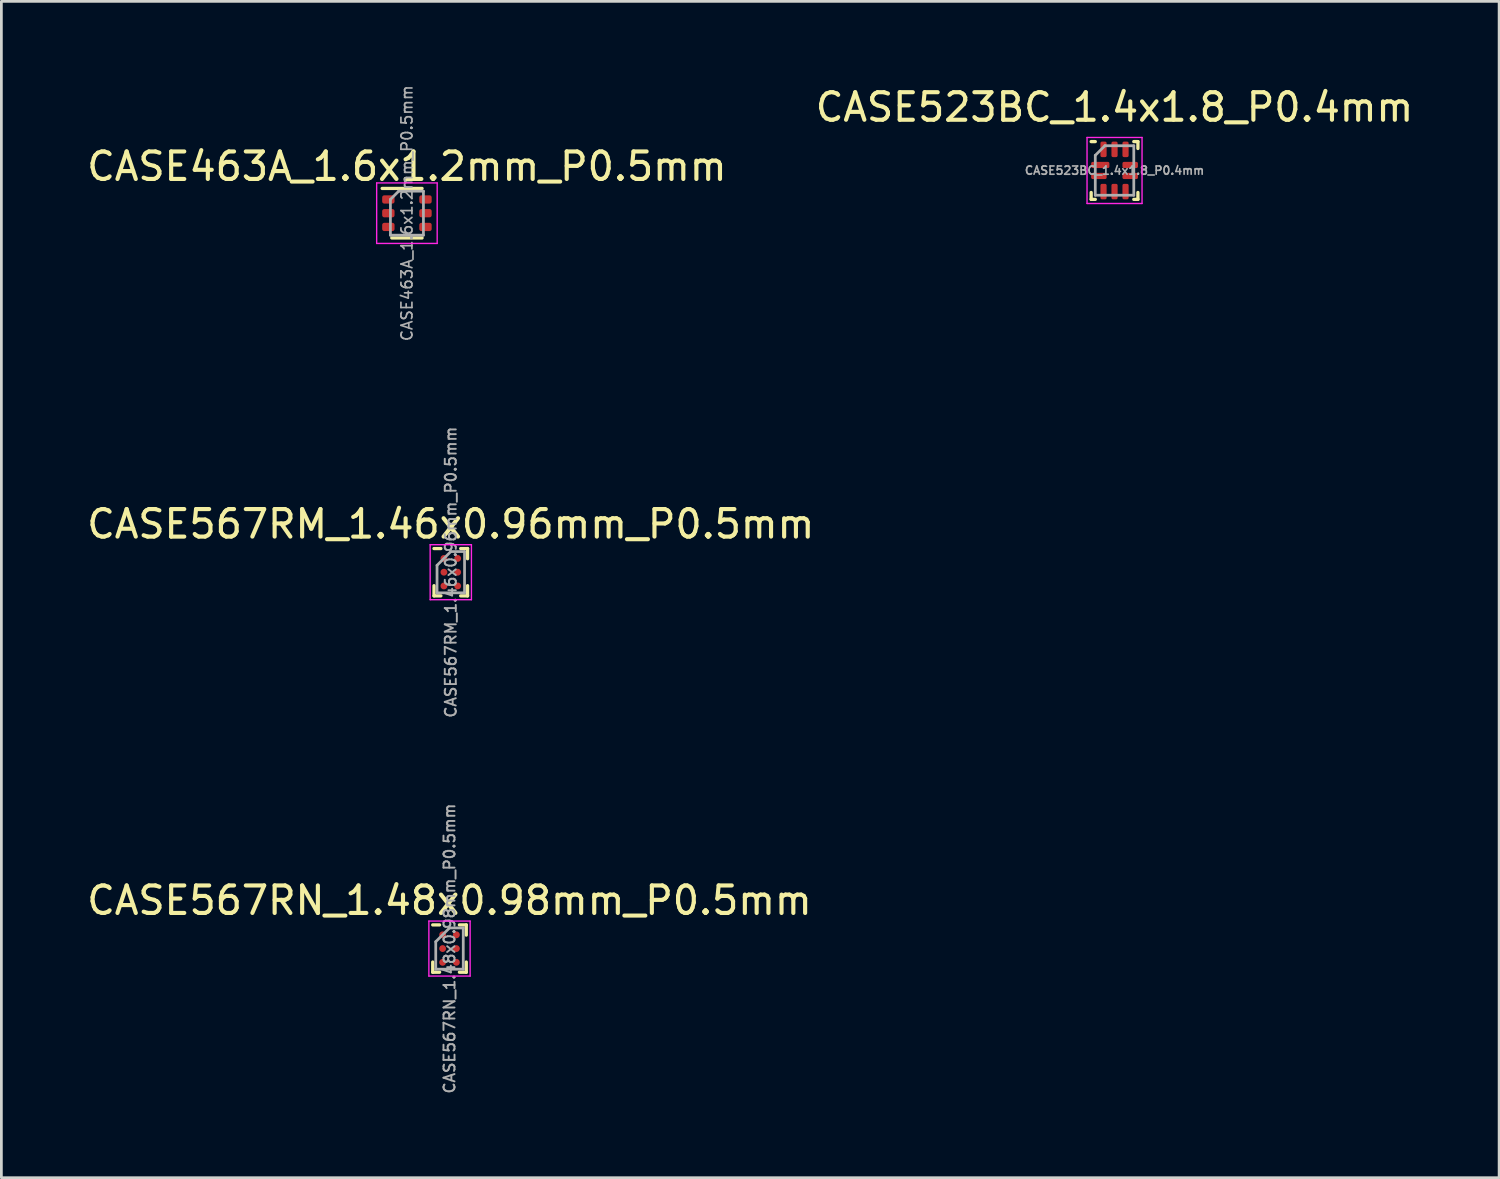
<source format=kicad_pcb>
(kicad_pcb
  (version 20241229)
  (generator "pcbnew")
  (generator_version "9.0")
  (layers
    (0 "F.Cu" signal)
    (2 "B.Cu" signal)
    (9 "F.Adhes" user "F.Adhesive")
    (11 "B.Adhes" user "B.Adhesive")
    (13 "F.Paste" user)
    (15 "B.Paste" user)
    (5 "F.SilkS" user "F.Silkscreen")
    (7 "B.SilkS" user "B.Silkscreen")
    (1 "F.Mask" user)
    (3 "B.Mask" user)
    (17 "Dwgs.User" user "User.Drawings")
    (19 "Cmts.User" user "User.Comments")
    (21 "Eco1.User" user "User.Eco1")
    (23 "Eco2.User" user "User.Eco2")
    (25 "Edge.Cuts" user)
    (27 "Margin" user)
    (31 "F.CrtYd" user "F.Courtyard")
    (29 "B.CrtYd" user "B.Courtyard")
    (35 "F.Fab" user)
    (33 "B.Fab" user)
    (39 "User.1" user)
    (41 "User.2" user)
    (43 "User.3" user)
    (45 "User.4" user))
  (footprint "CASE523BC_1.4x1.8_P0.4mm"
    (layer "F.Cu")
    (at 37.47 3.148)
    (property "Reference" "CASE523BC_1.4x1.8_P0.4mm" (at 0 -2.3 0) (layer "F.SilkS") (effects (font (size 1 1) (thickness 0.15))))
    (attr smd)
    (fp_line (start -0.85 1.05) (end -0.85 0.8) (stroke (width 0.12) (type solid)) (layer "F.SilkS"))
    (fp_line (start -0.7 -1.05) (end -0.85 -1.05) (stroke (width 0.12) (type solid)) (layer "F.SilkS"))
    (fp_line (start -0.7 1.05) (end -0.85 1.05) (stroke (width 0.12) (type solid)) (layer "F.SilkS"))
    (fp_line (start 0.7 -1.05) (end 0.85 -1.05) (stroke (width 0.12) (type solid)) (layer "F.SilkS"))
    (fp_line (start 0.7 1.05) (end 0.85 1.05) (stroke (width 0.12) (type solid)) (layer "F.SilkS"))
    (fp_line (start 0.85 -1.05) (end 0.85 -0.8) (stroke (width 0.12) (type solid)) (layer "F.SilkS"))
    (fp_line (start 0.85 1.05) (end 0.85 0.8) (stroke (width 0.12) (type solid)) (layer "F.SilkS"))
    (fp_line (start -1 -1.2) (end 1 -1.2) (stroke (width 0.05) (type solid)) (layer "F.CrtYd"))
    (fp_line (start -1 1.2) (end -1 -1.2) (stroke (width 0.05) (type solid)) (layer "F.CrtYd"))
    (fp_line (start 1 -1.2) (end 1 1.2) (stroke (width 0.05) (type solid)) (layer "F.CrtYd"))
    (fp_line (start 1 1.2) (end -1 1.2) (stroke (width 0.05) (type solid)) (layer "F.CrtYd"))
    (fp_line (start -0.7 -0.55) (end -0.7 0.9) (stroke (width 0.1) (type solid)) (layer "F.Fab"))
    (fp_line (start -0.7 0.9) (end 0.7 0.9) (stroke (width 0.1) (type solid)) (layer "F.Fab"))
    (fp_line (start -0.35 -0.9) (end -0.7 -0.55) (stroke (width 0.1) (type solid)) (layer "F.Fab"))
    (fp_line (start 0.7 -0.9) (end -0.35 -0.9) (stroke (width 0.1) (type solid)) (layer "F.Fab"))
    (fp_line (start 0.7 0.9) (end 0.7 -0.9) (stroke (width 0.1) (type solid)) (layer "F.Fab"))
    (fp_text user "${REFERENCE}" (at 0 0 0) (layer "F.Fab") (effects (font (size 0.3 0.3) (thickness 0.06))))
    (pad "1" smd roundrect (at -0.518 -0.2 90) (size 0.225 0.663) (layers "F.Cu" "F.Mask" "F.Paste") (roundrect_rratio 0.25))
    (pad "2" smd roundrect (at -0.569 0.2 90) (size 0.225 0.563) (layers "F.Cu" "F.Mask" "F.Paste") (roundrect_rratio 0.25))
    (pad "3" smd roundrect (at -0.4 0.768) (size 0.225 0.563) (layers "F.Cu" "F.Mask" "F.Paste") (roundrect_rratio 0.25))
    (pad "4" smd roundrect (at 0 0.768) (size 0.225 0.563) (layers "F.Cu" "F.Mask" "F.Paste") (roundrect_rratio 0.25))
    (pad "5" smd roundrect (at 0.4 0.768) (size 0.225 0.563) (layers "F.Cu" "F.Mask" "F.Paste") (roundrect_rratio 0.25))
    (pad "6" smd roundrect (at 0.569 0.2 90) (size 0.225 0.563) (layers "F.Cu" "F.Mask" "F.Paste") (roundrect_rratio 0.25))
    (pad "7" smd roundrect (at 0.569 -0.2 90) (size 0.225 0.563) (layers "F.Cu" "F.Mask" "F.Paste") (roundrect_rratio 0.25))
    (pad "8" smd roundrect (at 0.4 -0.768) (size 0.225 0.563) (layers "F.Cu" "F.Mask" "F.Paste") (roundrect_rratio 0.25))
    (pad "9" smd roundrect (at 0 -0.768) (size 0.225 0.563) (layers "F.Cu" "F.Mask" "F.Paste") (roundrect_rratio 0.25))
    (pad "10" smd roundrect (at -0.4 -0.768) (size 0.225 0.563) (layers "F.Cu" "F.Mask" "F.Paste") (roundrect_rratio 0.25)))
  (footprint "CASE567RN_1.48x0.98mm_P0.5mm"
    (layer "F.Cu")
    (at 13.292 31.436)
    (property "Reference" "CASE567RN_1.48x0.98mm_P0.5mm" (at 0 -1.75 0) (layer "F.SilkS") (effects (font (size 1 1) (thickness 0.15))))
    (attr smd)
    (fp_line (start -0.61 -0.86) (end -0.36 -0.86) (stroke (width 0.12) (type solid)) (layer "F.SilkS"))
    (fp_line (start -0.61 0.86) (end -0.61 0.49) (stroke (width 0.12) (type solid)) (layer "F.SilkS"))
    (fp_line (start -0.36 0.86) (end -0.61 0.86) (stroke (width 0.12) (type solid)) (layer "F.SilkS"))
    (fp_line (start 0.36 -0.86) (end 0.61 -0.86) (stroke (width 0.12) (type solid)) (layer "F.SilkS"))
    (fp_line (start 0.36 0.86) (end 0.61 0.86) (stroke (width 0.12) (type solid)) (layer "F.SilkS"))
    (fp_line (start 0.61 -0.86) (end 0.61 -0.49) (stroke (width 0.12) (type solid)) (layer "F.SilkS"))
    (fp_line (start 0.61 0.86) (end 0.61 0.49) (stroke (width 0.12) (type solid)) (layer "F.SilkS"))
    (fp_line (start -0.75 -1) (end 0.75 -1) (stroke (width 0.05) (type solid)) (layer "F.CrtYd"))
    (fp_line (start -0.75 1) (end -0.75 -1) (stroke (width 0.05) (type solid)) (layer "F.CrtYd"))
    (fp_line (start 0.75 -1) (end 0.75 1) (stroke (width 0.05) (type solid)) (layer "F.CrtYd"))
    (fp_line (start 0.75 1) (end -0.75 1) (stroke (width 0.05) (type solid)) (layer "F.CrtYd"))
    (fp_line (start -0.5 -0.25) (end -0.5 0.75) (stroke (width 0.1) (type solid)) (layer "F.Fab"))
    (fp_line (start -0.5 0.75) (end 0.5 0.75) (stroke (width 0.1) (type solid)) (layer "F.Fab"))
    (fp_line (start 0 -0.75) (end -0.5 -0.25) (stroke (width 0.1) (type solid)) (layer "F.Fab"))
    (fp_line (start 0.5 -0.75) (end 0 -0.75) (stroke (width 0.1) (type solid)) (layer "F.Fab"))
    (fp_line (start 0.5 0.75) (end 0.5 -0.75) (stroke (width 0.1) (type solid)) (layer "F.Fab"))
    (fp_text user "${REFERENCE}" (at 0 0 90) (layer "F.Fab") (effects (font (size 0.4 0.4) (thickness 0.07))))
    (pad "A1" smd circle (at -0.25 -0.5) (size 0.25 0.25) (layers "F.Cu" "F.Mask" "F.Paste"))
    (pad "A2" smd circle (at 0.25 -0.5) (size 0.25 0.25) (layers "F.Cu" "F.Mask" "F.Paste"))
    (pad "B1" smd circle (at -0.25 0) (size 0.25 0.25) (layers "F.Cu" "F.Mask" "F.Paste"))
    (pad "B2" smd circle (at 0.25 0) (size 0.25 0.25) (layers "F.Cu" "F.Mask" "F.Paste"))
    (pad "C1" smd circle (at -0.25 0.5) (size 0.25 0.25) (layers "F.Cu" "F.Mask" "F.Paste"))
    (pad "C2" smd circle (at 0.25 0.5) (size 0.25 0.25) (layers "F.Cu" "F.Mask" "F.Paste")))
  (footprint "CASE567RM_1.46x0.96mm_P0.5mm"
    (layer "F.Cu")
    (at 13.339 17.753)
    (property "Reference" "CASE567RM_1.46x0.96mm_P0.5mm" (at 0 -1.75 0) (layer "F.SilkS") (effects (font (size 1 1) (thickness 0.15))))
    (attr smd)
    (fp_line (start -0.61 -0.86) (end -0.36 -0.86) (stroke (width 0.12) (type solid)) (layer "F.SilkS"))
    (fp_line (start -0.61 0.86) (end -0.61 0.49) (stroke (width 0.12) (type solid)) (layer "F.SilkS"))
    (fp_line (start -0.36 0.86) (end -0.61 0.86) (stroke (width 0.12) (type solid)) (layer "F.SilkS"))
    (fp_line (start 0.36 -0.86) (end 0.61 -0.86) (stroke (width 0.12) (type solid)) (layer "F.SilkS"))
    (fp_line (start 0.36 0.86) (end 0.61 0.86) (stroke (width 0.12) (type solid)) (layer "F.SilkS"))
    (fp_line (start 0.61 -0.86) (end 0.61 -0.49) (stroke (width 0.12) (type solid)) (layer "F.SilkS"))
    (fp_line (start 0.61 0.86) (end 0.61 0.49) (stroke (width 0.12) (type solid)) (layer "F.SilkS"))
    (fp_line (start -0.75 -1) (end 0.75 -1) (stroke (width 0.05) (type solid)) (layer "F.CrtYd"))
    (fp_line (start -0.75 1) (end -0.75 -1) (stroke (width 0.05) (type solid)) (layer "F.CrtYd"))
    (fp_line (start 0.75 -1) (end 0.75 1) (stroke (width 0.05) (type solid)) (layer "F.CrtYd"))
    (fp_line (start 0.75 1) (end -0.75 1) (stroke (width 0.05) (type solid)) (layer "F.CrtYd"))
    (fp_line (start -0.5 -0.25) (end -0.5 0.75) (stroke (width 0.1) (type solid)) (layer "F.Fab"))
    (fp_line (start -0.5 0.75) (end 0.5 0.75) (stroke (width 0.1) (type solid)) (layer "F.Fab"))
    (fp_line (start 0 -0.75) (end -0.5 -0.25) (stroke (width 0.1) (type solid)) (layer "F.Fab"))
    (fp_line (start 0.5 -0.75) (end 0 -0.75) (stroke (width 0.1) (type solid)) (layer "F.Fab"))
    (fp_line (start 0.5 0.75) (end 0.5 -0.75) (stroke (width 0.1) (type solid)) (layer "F.Fab"))
    (fp_text user "${REFERENCE}" (at 0 0 90) (layer "F.Fab") (effects (font (size 0.4 0.4) (thickness 0.07))))
    (pad "A1" smd circle (at -0.25 -0.5) (size 0.25 0.25) (layers "F.Cu" "F.Mask" "F.Paste"))
    (pad "A2" smd circle (at 0.25 -0.5) (size 0.25 0.25) (layers "F.Cu" "F.Mask" "F.Paste"))
    (pad "B1" smd circle (at -0.25 0) (size 0.25 0.25) (layers "F.Cu" "F.Mask" "F.Paste"))
    (pad "B2" smd circle (at 0.25 0) (size 0.25 0.25) (layers "F.Cu" "F.Mask" "F.Paste"))
    (pad "C1" smd circle (at -0.25 0.5) (size 0.25 0.25) (layers "F.Cu" "F.Mask" "F.Paste"))
    (pad "C2" smd circle (at 0.25 0.5) (size 0.25 0.25) (layers "F.Cu" "F.Mask" "F.Paste")))
  (footprint "CASE463A_1.6x1.2mm_P0.5mm"
    (layer "F.Cu")
    (at 11.744 4.701)
    (property "Reference" "CASE463A_1.6x1.2mm_P0.5mm" (at 0 -1.7 0) (layer "F.SilkS") (effects (font (size 1 1) (thickness 0.15))))
    (attr smd)
    (fp_line (start -0.9 -0.9) (end 0.55 -0.9) (stroke (width 0.12) (type solid)) (layer "F.SilkS"))
    (fp_line (start 0.55 0.9) (end -0.55 0.9) (stroke (width 0.12) (type solid)) (layer "F.SilkS"))
    (fp_line (start -1.1 -1.1) (end -1.1 1.1) (stroke (width 0.05) (type solid)) (layer "F.CrtYd"))
    (fp_line (start -1.1 -1.1) (end 1.1 -1.1) (stroke (width 0.05) (type solid)) (layer "F.CrtYd"))
    (fp_line (start 1.1 1.1) (end -1.1 1.1) (stroke (width 0.05) (type solid)) (layer "F.CrtYd"))
    (fp_line (start 1.1 1.1) (end 1.1 -1.1) (stroke (width 0.05) (type solid)) (layer "F.CrtYd"))
    (fp_line (start -0.6 -0.5) (end -0.6 0.8) (stroke (width 0.1) (type solid)) (layer "F.Fab"))
    (fp_line (start -0.6 -0.5) (end -0.3 -0.8) (stroke (width 0.1) (type solid)) (layer "F.Fab"))
    (fp_line (start -0.6 0.8) (end 0.6 0.8) (stroke (width 0.1) (type solid)) (layer "F.Fab"))
    (fp_line (start 0.6 -0.8) (end -0.3 -0.8) (stroke (width 0.1) (type solid)) (layer "F.Fab"))
    (fp_line (start 0.6 0.8) (end 0.6 -0.8) (stroke (width 0.1) (type solid)) (layer "F.Fab"))
    (fp_text user "${REFERENCE}" (at 0 0 90) (layer "F.Fab") (effects (font (size 0.4 0.4) (thickness 0.062))))
    (pad "1" smd roundrect (at -0.675 -0.5) (size 0.45 0.3) (layers "F.Cu" "F.Mask" "F.Paste") (roundrect_rratio 0.25))
    (pad "2" smd roundrect (at -0.675 0) (size 0.45 0.3) (layers "F.Cu" "F.Mask" "F.Paste") (roundrect_rratio 0.25))
    (pad "3" smd roundrect (at -0.675 0.5) (size 0.45 0.3) (layers "F.Cu" "F.Mask" "F.Paste") (roundrect_rratio 0.25))
    (pad "4" smd roundrect (at 0.675 0.5) (size 0.45 0.3) (layers "F.Cu" "F.Mask" "F.Paste") (roundrect_rratio 0.25))
    (pad "5" smd roundrect (at 0.675 0) (size 0.45 0.3) (layers "F.Cu" "F.Mask" "F.Paste") (roundrect_rratio 0.25))
    (pad "6" smd roundrect (at 0.675 -0.5) (size 0.45 0.3) (layers "F.Cu" "F.Mask" "F.Paste") (roundrect_rratio 0.25)))
  (gr_rect
    (start -3 -3)
    (end 51.452 39.767)
    (stroke (width 0.1) (type default))
    (fill no)
    (layer "Edge.Cuts")))
</source>
